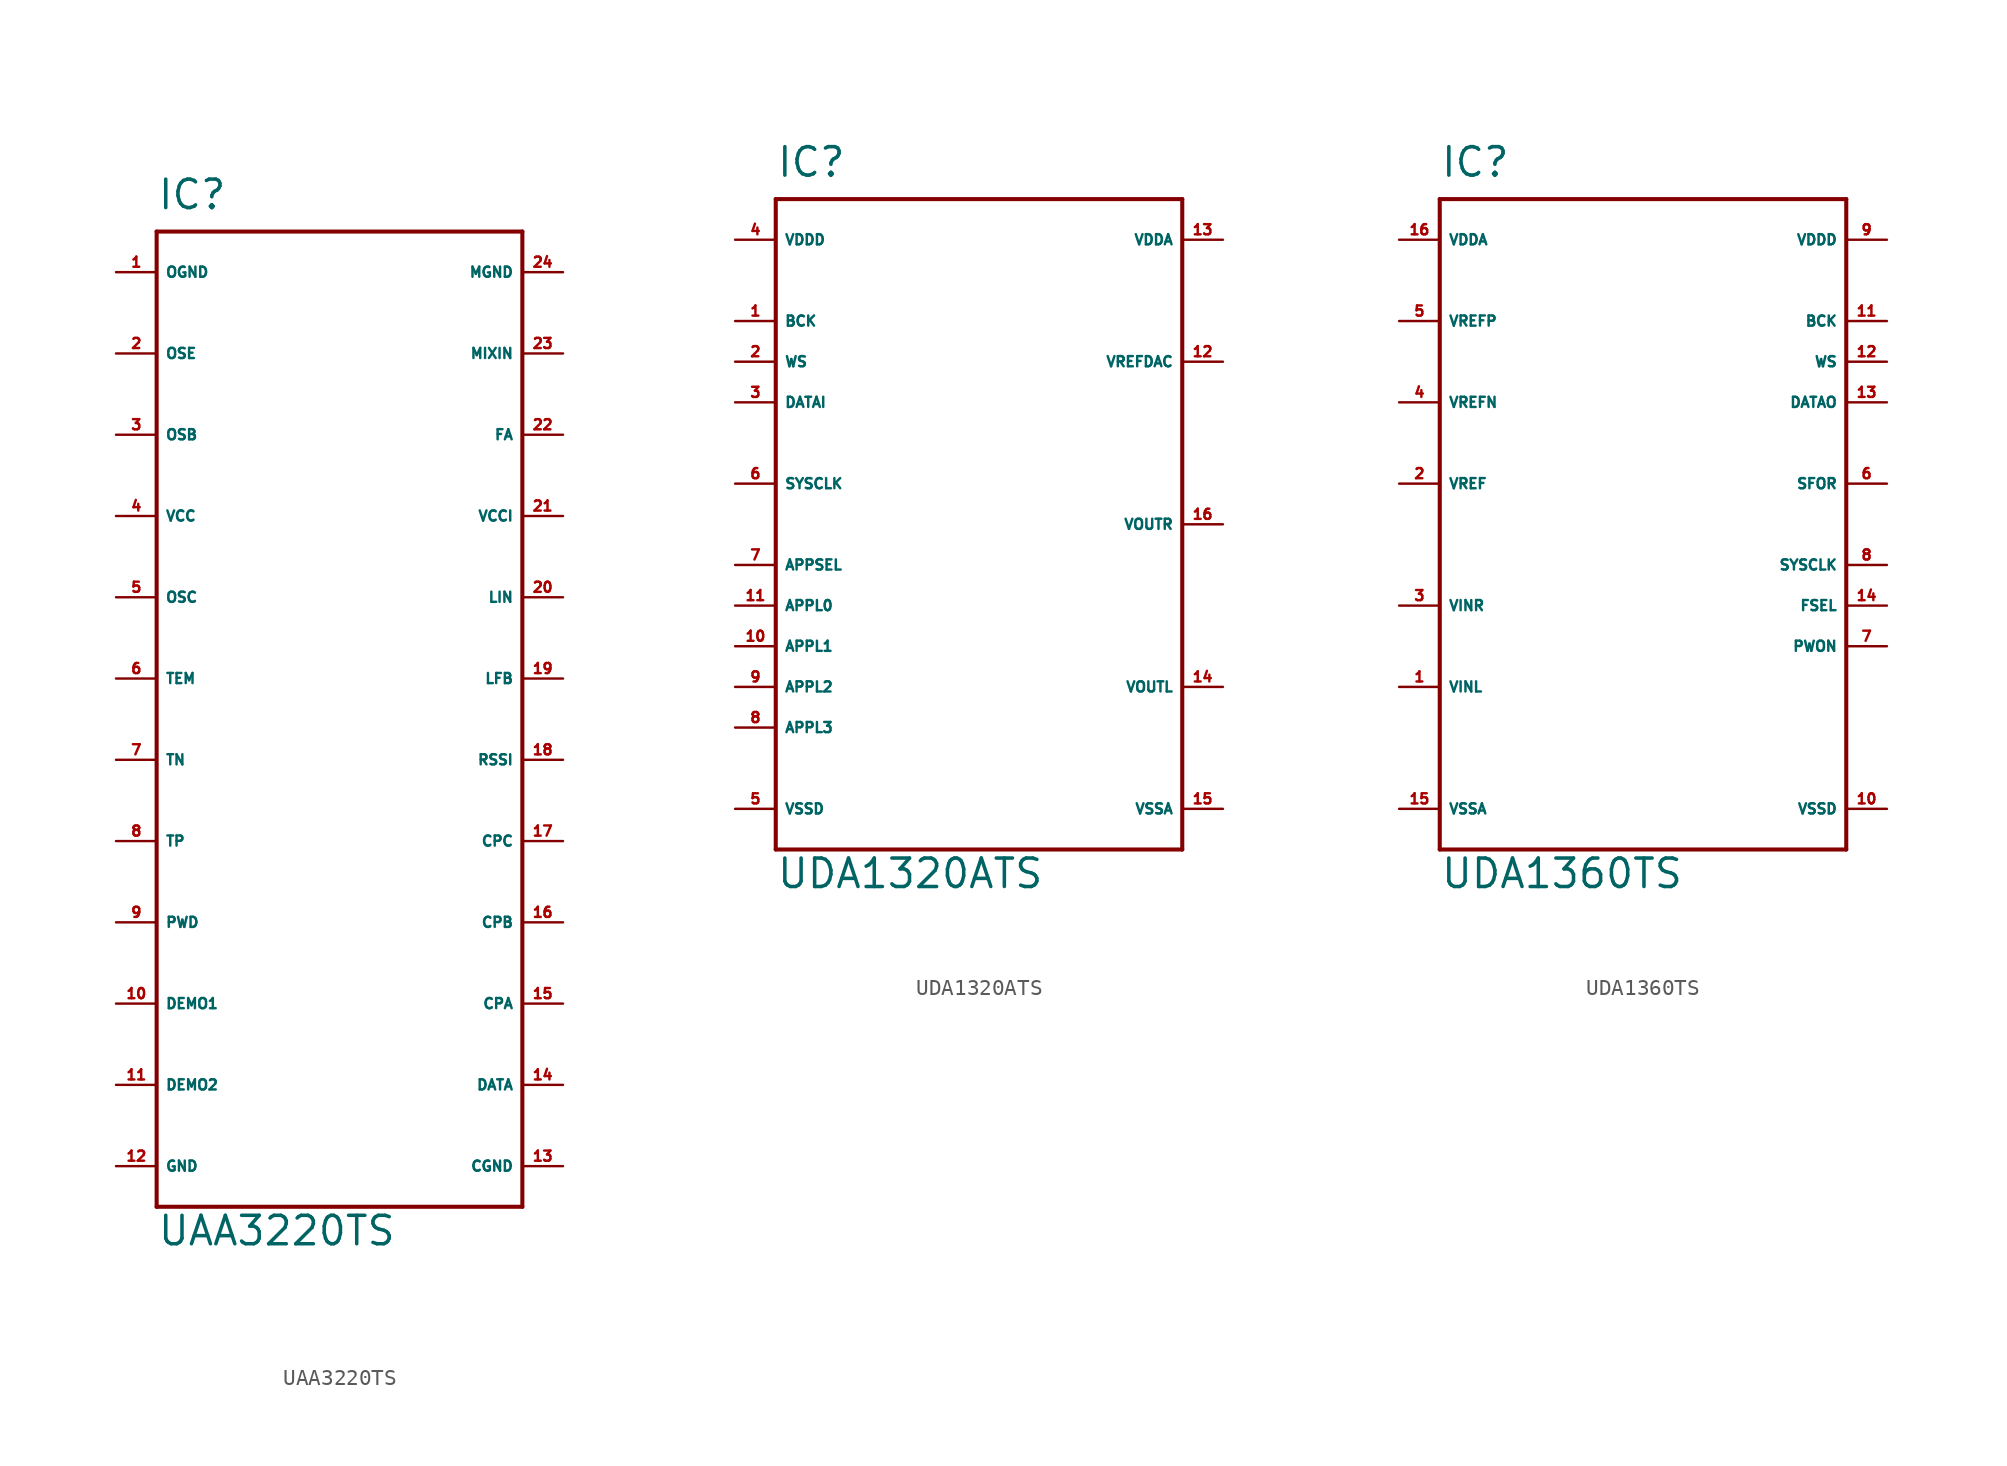
<source format=kicad_sym>
(kicad_symbol_lib
  (version 20220914)
  (generator Eagle2Kicad)
  (symbol "UAA3220TS"
    (property "Reference" "IC"
      (at -10.16 31.75 0)
      (effects (font (size 1.778 1.778) (thickness 0.22)) (justify left bottom)))
    (property "Value" "UAA3220TS"
      (at -10.16 -33.02 0)
      (effects (font (size 1.778 1.778) (thickness 0.22)) (justify left bottom)))
    (polyline
      (pts (xy 12.7 30.48) (xy 12.7 -30.48))
      (stroke (width 0.254) (type default))
      (fill (type none)))
    (polyline
      (pts (xy 12.7 -30.48) (xy -10.16 -30.48))
      (stroke (width 0.254) (type default))
      (fill (type none)))
    (polyline
      (pts (xy -10.16 -30.48) (xy -10.16 30.48))
      (stroke (width 0.254) (type default))
      (fill (type none)))
    (polyline
      (pts (xy -10.16 30.48) (xy 12.7 30.48))
      (stroke (width 0.254) (type default))
      (fill (type none)))
    (pin passive line
      (at 15.24 27.94 180)
      (length 2.54)
      (name "MGND" (effects (font (size 0.635 0.635) (thickness 0.08)) (justify left bottom)))
      (number "24" (effects (font (size 0.635 0.635) (thickness 0.08)) (justify left bottom))))
    (pin passive line
      (at 15.24 22.86 180)
      (length 2.54)
      (name "MIXIN" (effects (font (size 0.635 0.635) (thickness 0.08)) (justify left bottom)))
      (number "23" (effects (font (size 0.635 0.635) (thickness 0.08)) (justify left bottom))))
    (pin passive line
      (at 15.24 17.78 180)
      (length 2.54)
      (name "FA" (effects (font (size 0.635 0.635) (thickness 0.08)) (justify left bottom)))
      (number "22" (effects (font (size 0.635 0.635) (thickness 0.08)) (justify left bottom))))
    (pin unspecified line
      (at 15.24 12.7 180)
      (length 2.54)
      (name "VCCI" (effects (font (size 0.635 0.635) (thickness 0.08)) (justify left bottom)))
      (number "21" (effects (font (size 0.635 0.635) (thickness 0.08)) (justify left bottom))))
    (pin passive line
      (at 15.24 7.62 180)
      (length 2.54)
      (name "LIN" (effects (font (size 0.635 0.635) (thickness 0.08)) (justify left bottom)))
      (number "20" (effects (font (size 0.635 0.635) (thickness 0.08)) (justify left bottom))))
    (pin passive line
      (at 15.24 2.54 180)
      (length 2.54)
      (name "LFB" (effects (font (size 0.635 0.635) (thickness 0.08)) (justify left bottom)))
      (number "19" (effects (font (size 0.635 0.635) (thickness 0.08)) (justify left bottom))))
    (pin passive line
      (at 15.24 -2.54 180)
      (length 2.54)
      (name "RSSI" (effects (font (size 0.635 0.635) (thickness 0.08)) (justify left bottom)))
      (number "18" (effects (font (size 0.635 0.635) (thickness 0.08)) (justify left bottom))))
    (pin passive line
      (at 15.24 -7.62 180)
      (length 2.54)
      (name "CPC" (effects (font (size 0.635 0.635) (thickness 0.08)) (justify left bottom)))
      (number "17" (effects (font (size 0.635 0.635) (thickness 0.08)) (justify left bottom))))
    (pin passive line
      (at 15.24 -12.7 180)
      (length 2.54)
      (name "CPB" (effects (font (size 0.635 0.635) (thickness 0.08)) (justify left bottom)))
      (number "16" (effects (font (size 0.635 0.635) (thickness 0.08)) (justify left bottom))))
    (pin passive line
      (at 15.24 -17.78 180)
      (length 2.54)
      (name "CPA" (effects (font (size 0.635 0.635) (thickness 0.08)) (justify left bottom)))
      (number "15" (effects (font (size 0.635 0.635) (thickness 0.08)) (justify left bottom))))
    (pin passive line
      (at 15.24 -22.86 180)
      (length 2.54)
      (name "DATA" (effects (font (size 0.635 0.635) (thickness 0.08)) (justify left bottom)))
      (number "14" (effects (font (size 0.635 0.635) (thickness 0.08)) (justify left bottom))))
    (pin unspecified line
      (at 15.24 -27.94 180)
      (length 2.54)
      (name "CGND" (effects (font (size 0.635 0.635) (thickness 0.08)) (justify left bottom)))
      (number "13" (effects (font (size 0.635 0.635) (thickness 0.08)) (justify left bottom))))
    (pin unspecified line
      (at -12.7 27.94 0)
      (length 2.54)
      (name "OGND" (effects (font (size 0.635 0.635) (thickness 0.08)) (justify left bottom)))
      (number "1" (effects (font (size 0.635 0.635) (thickness 0.08)) (justify left bottom))))
    (pin passive line
      (at -12.7 22.86 0)
      (length 2.54)
      (name "OSE" (effects (font (size 0.635 0.635) (thickness 0.08)) (justify left bottom)))
      (number "2" (effects (font (size 0.635 0.635) (thickness 0.08)) (justify left bottom))))
    (pin passive line
      (at -12.7 17.78 0)
      (length 2.54)
      (name "OSB" (effects (font (size 0.635 0.635) (thickness 0.08)) (justify left bottom)))
      (number "3" (effects (font (size 0.635 0.635) (thickness 0.08)) (justify left bottom))))
    (pin unspecified line
      (at -12.7 12.7 0)
      (length 2.54)
      (name "VCC" (effects (font (size 0.635 0.635) (thickness 0.08)) (justify left bottom)))
      (number "4" (effects (font (size 0.635 0.635) (thickness 0.08)) (justify left bottom))))
    (pin open_collector line
      (at -12.7 7.62 0)
      (length 2.54)
      (name "OSC" (effects (font (size 0.635 0.635) (thickness 0.08)) (justify left bottom)))
      (number "5" (effects (font (size 0.635 0.635) (thickness 0.08)) (justify left bottom))))
    (pin passive line
      (at -12.7 2.54 0)
      (length 2.54)
      (name "TEM" (effects (font (size 0.635 0.635) (thickness 0.08)) (justify left bottom)))
      (number "6" (effects (font (size 0.635 0.635) (thickness 0.08)) (justify left bottom))))
    (pin open_collector line
      (at -12.7 -2.54 0)
      (length 2.54)
      (name "TN" (effects (font (size 0.635 0.635) (thickness 0.08)) (justify left bottom)))
      (number "7" (effects (font (size 0.635 0.635) (thickness 0.08)) (justify left bottom))))
    (pin open_collector line
      (at -12.7 -7.62 0)
      (length 2.54)
      (name "TP" (effects (font (size 0.635 0.635) (thickness 0.08)) (justify left bottom)))
      (number "8" (effects (font (size 0.635 0.635) (thickness 0.08)) (justify left bottom))))
    (pin passive line
      (at -12.7 -12.7 0)
      (length 2.54)
      (name "PWD" (effects (font (size 0.635 0.635) (thickness 0.08)) (justify left bottom)))
      (number "9" (effects (font (size 0.635 0.635) (thickness 0.08)) (justify left bottom))))
    (pin passive line
      (at -12.7 -17.78 0)
      (length 2.54)
      (name "DEMO1" (effects (font (size 0.635 0.635) (thickness 0.08)) (justify left bottom)))
      (number "10" (effects (font (size 0.635 0.635) (thickness 0.08)) (justify left bottom))))
    (pin passive line
      (at -12.7 -22.86 0)
      (length 2.54)
      (name "DEMO2" (effects (font (size 0.635 0.635) (thickness 0.08)) (justify left bottom)))
      (number "11" (effects (font (size 0.635 0.635) (thickness 0.08)) (justify left bottom))))
    (pin unspecified line
      (at -12.7 -27.94 0)
      (length 2.54)
      (name "GND" (effects (font (size 0.635 0.635) (thickness 0.08)) (justify left bottom)))
      (number "12" (effects (font (size 0.635 0.635) (thickness 0.08)) (justify left bottom)))))
  (symbol "UDA1320ATS"
    (property "Reference" "IC"
      (at -12.7 21.59 0)
      (effects (font (size 1.778 1.778) (thickness 0.22)) (justify left bottom)))
    (property "Value" "UDA1320ATS"
      (at -12.7 -22.86 0)
      (effects (font (size 1.778 1.778) (thickness 0.22)) (justify left bottom)))
    (polyline
      (pts (xy -12.7 20.32) (xy 12.7 20.32))
      (stroke (width 0.254) (type default))
      (fill (type none)))
    (polyline
      (pts (xy 12.7 20.32) (xy 12.7 -20.32))
      (stroke (width 0.254) (type default))
      (fill (type none)))
    (polyline
      (pts (xy 12.7 -20.32) (xy -12.7 -20.32))
      (stroke (width 0.254) (type default))
      (fill (type none)))
    (polyline
      (pts (xy -12.7 -20.32) (xy -12.7 20.32))
      (stroke (width 0.254) (type default))
      (fill (type none)))
    (pin input line
      (at -15.24 12.7 0)
      (length 2.54)
      (name "BCK" (effects (font (size 0.635 0.635) (thickness 0.08)) (justify left bottom)))
      (number "1" (effects (font (size 0.635 0.635) (thickness 0.08)) (justify left bottom))))
    (pin input line
      (at -15.24 10.16 0)
      (length 2.54)
      (name "WS" (effects (font (size 0.635 0.635) (thickness 0.08)) (justify left bottom)))
      (number "2" (effects (font (size 0.635 0.635) (thickness 0.08)) (justify left bottom))))
    (pin input line
      (at -15.24 7.62 0)
      (length 2.54)
      (name "DATAI" (effects (font (size 0.635 0.635) (thickness 0.08)) (justify left bottom)))
      (number "3" (effects (font (size 0.635 0.635) (thickness 0.08)) (justify left bottom))))
    (pin input line
      (at -15.24 2.54 0)
      (length 2.54)
      (name "SYSCLK" (effects (font (size 0.635 0.635) (thickness 0.08)) (justify left bottom)))
      (number "6" (effects (font (size 0.635 0.635) (thickness 0.08)) (justify left bottom))))
    (pin output line
      (at 15.24 -10.16 180)
      (length 2.54)
      (name "VOUTL" (effects (font (size 0.635 0.635) (thickness 0.08)) (justify left bottom)))
      (number "14" (effects (font (size 0.635 0.635) (thickness 0.08)) (justify left bottom))))
    (pin output line
      (at 15.24 0 180)
      (length 2.54)
      (name "VOUTR" (effects (font (size 0.635 0.635) (thickness 0.08)) (justify left bottom)))
      (number "16" (effects (font (size 0.635 0.635) (thickness 0.08)) (justify left bottom))))
    (pin input line
      (at 15.24 10.16 180)
      (length 2.54)
      (name "VREFDAC" (effects (font (size 0.635 0.635) (thickness 0.08)) (justify left bottom)))
      (number "12" (effects (font (size 0.635 0.635) (thickness 0.08)) (justify left bottom))))
    (pin input line
      (at -15.24 -2.54 0)
      (length 2.54)
      (name "APPSEL" (effects (font (size 0.635 0.635) (thickness 0.08)) (justify left bottom)))
      (number "7" (effects (font (size 0.635 0.635) (thickness 0.08)) (justify left bottom))))
    (pin input line
      (at -15.24 -5.08 0)
      (length 2.54)
      (name "APPL0" (effects (font (size 0.635 0.635) (thickness 0.08)) (justify left bottom)))
      (number "11" (effects (font (size 0.635 0.635) (thickness 0.08)) (justify left bottom))))
    (pin input line
      (at -15.24 -7.62 0)
      (length 2.54)
      (name "APPL1" (effects (font (size 0.635 0.635) (thickness 0.08)) (justify left bottom)))
      (number "10" (effects (font (size 0.635 0.635) (thickness 0.08)) (justify left bottom))))
    (pin input line
      (at -15.24 -10.16 0)
      (length 2.54)
      (name "APPL2" (effects (font (size 0.635 0.635) (thickness 0.08)) (justify left bottom)))
      (number "9" (effects (font (size 0.635 0.635) (thickness 0.08)) (justify left bottom))))
    (pin input line
      (at -15.24 -12.7 0)
      (length 2.54)
      (name "APPL3" (effects (font (size 0.635 0.635) (thickness 0.08)) (justify left bottom)))
      (number "8" (effects (font (size 0.635 0.635) (thickness 0.08)) (justify left bottom))))
    (pin unspecified line
      (at 15.24 -17.78 180)
      (length 2.54)
      (name "VSSA" (effects (font (size 0.635 0.635) (thickness 0.08)) (justify left bottom)))
      (number "15" (effects (font (size 0.635 0.635) (thickness 0.08)) (justify left bottom))))
    (pin unspecified line
      (at -15.24 -17.78 0)
      (length 2.54)
      (name "VSSD" (effects (font (size 0.635 0.635) (thickness 0.08)) (justify left bottom)))
      (number "5" (effects (font (size 0.635 0.635) (thickness 0.08)) (justify left bottom))))
    (pin unspecified line
      (at -15.24 17.78 0)
      (length 2.54)
      (name "VDDD" (effects (font (size 0.635 0.635) (thickness 0.08)) (justify left bottom)))
      (number "4" (effects (font (size 0.635 0.635) (thickness 0.08)) (justify left bottom))))
    (pin unspecified line
      (at 15.24 17.78 180)
      (length 2.54)
      (name "VDDA" (effects (font (size 0.635 0.635) (thickness 0.08)) (justify left bottom)))
      (number "13" (effects (font (size 0.635 0.635) (thickness 0.08)) (justify left bottom)))))
  (symbol "UDA1360TS"
    (property "Reference" "IC"
      (at -12.7 21.59 0)
      (effects (font (size 1.778 1.778) (thickness 0.22)) (justify left bottom)))
    (property "Value" "UDA1360TS"
      (at -12.7 -22.86 0)
      (effects (font (size 1.778 1.778) (thickness 0.22)) (justify left bottom)))
    (polyline
      (pts (xy 12.7 20.32) (xy -12.7 20.32))
      (stroke (width 0.254) (type default))
      (fill (type none)))
    (polyline
      (pts (xy -12.7 20.32) (xy -12.7 -20.32))
      (stroke (width 0.254) (type default))
      (fill (type none)))
    (polyline
      (pts (xy -12.7 -20.32) (xy 12.7 -20.32))
      (stroke (width 0.254) (type default))
      (fill (type none)))
    (polyline
      (pts (xy 12.7 -20.32) (xy 12.7 20.32))
      (stroke (width 0.254) (type default))
      (fill (type none)))
    (pin input line
      (at 15.24 12.7 180)
      (length 2.54)
      (name "BCK" (effects (font (size 0.635 0.635) (thickness 0.08)) (justify left bottom)))
      (number "11" (effects (font (size 0.635 0.635) (thickness 0.08)) (justify left bottom))))
    (pin input line
      (at 15.24 10.16 180)
      (length 2.54)
      (name "WS" (effects (font (size 0.635 0.635) (thickness 0.08)) (justify left bottom)))
      (number "12" (effects (font (size 0.635 0.635) (thickness 0.08)) (justify left bottom))))
    (pin input line
      (at 15.24 7.62 180)
      (length 2.54)
      (name "DATAO" (effects (font (size 0.635 0.635) (thickness 0.08)) (justify left bottom)))
      (number "13" (effects (font (size 0.635 0.635) (thickness 0.08)) (justify left bottom))))
    (pin input line
      (at 15.24 -2.54 180)
      (length 2.54)
      (name "SYSCLK" (effects (font (size 0.635 0.635) (thickness 0.08)) (justify left bottom)))
      (number "8" (effects (font (size 0.635 0.635) (thickness 0.08)) (justify left bottom))))
    (pin input line
      (at -15.24 -10.16 0)
      (length 2.54)
      (name "VINL" (effects (font (size 0.635 0.635) (thickness 0.08)) (justify left bottom)))
      (number "1" (effects (font (size 0.635 0.635) (thickness 0.08)) (justify left bottom))))
    (pin input line
      (at -15.24 -5.08 0)
      (length 2.54)
      (name "VINR" (effects (font (size 0.635 0.635) (thickness 0.08)) (justify left bottom)))
      (number "3" (effects (font (size 0.635 0.635) (thickness 0.08)) (justify left bottom))))
    (pin input line
      (at -15.24 2.54 0)
      (length 2.54)
      (name "VREF" (effects (font (size 0.635 0.635) (thickness 0.08)) (justify left bottom)))
      (number "2" (effects (font (size 0.635 0.635) (thickness 0.08)) (justify left bottom))))
    (pin input line
      (at 15.24 2.54 180)
      (length 2.54)
      (name "SFOR" (effects (font (size 0.635 0.635) (thickness 0.08)) (justify left bottom)))
      (number "6" (effects (font (size 0.635 0.635) (thickness 0.08)) (justify left bottom))))
    (pin input line
      (at 15.24 -5.08 180)
      (length 2.54)
      (name "FSEL" (effects (font (size 0.635 0.635) (thickness 0.08)) (justify left bottom)))
      (number "14" (effects (font (size 0.635 0.635) (thickness 0.08)) (justify left bottom))))
    (pin input line
      (at 15.24 -7.62 180)
      (length 2.54)
      (name "PWON" (effects (font (size 0.635 0.635) (thickness 0.08)) (justify left bottom)))
      (number "7" (effects (font (size 0.635 0.635) (thickness 0.08)) (justify left bottom))))
    (pin unspecified line
      (at -15.24 -17.78 0)
      (length 2.54)
      (name "VSSA" (effects (font (size 0.635 0.635) (thickness 0.08)) (justify left bottom)))
      (number "15" (effects (font (size 0.635 0.635) (thickness 0.08)) (justify left bottom))))
    (pin unspecified line
      (at 15.24 -17.78 180)
      (length 2.54)
      (name "VSSD" (effects (font (size 0.635 0.635) (thickness 0.08)) (justify left bottom)))
      (number "10" (effects (font (size 0.635 0.635) (thickness 0.08)) (justify left bottom))))
    (pin unspecified line
      (at 15.24 17.78 180)
      (length 2.54)
      (name "VDDD" (effects (font (size 0.635 0.635) (thickness 0.08)) (justify left bottom)))
      (number "9" (effects (font (size 0.635 0.635) (thickness 0.08)) (justify left bottom))))
    (pin unspecified line
      (at -15.24 17.78 0)
      (length 2.54)
      (name "VDDA" (effects (font (size 0.635 0.635) (thickness 0.08)) (justify left bottom)))
      (number "16" (effects (font (size 0.635 0.635) (thickness 0.08)) (justify left bottom))))
    (pin input line
      (at -15.24 12.7 0)
      (length 2.54)
      (name "VREFP" (effects (font (size 0.635 0.635) (thickness 0.08)) (justify left bottom)))
      (number "5" (effects (font (size 0.635 0.635) (thickness 0.08)) (justify left bottom))))
    (pin input line
      (at -15.24 7.62 0)
      (length 2.54)
      (name "VREFN" (effects (font (size 0.635 0.635) (thickness 0.08)) (justify left bottom)))
      (number "4" (effects (font (size 0.635 0.635) (thickness 0.08)) (justify left bottom))))))
</source>
